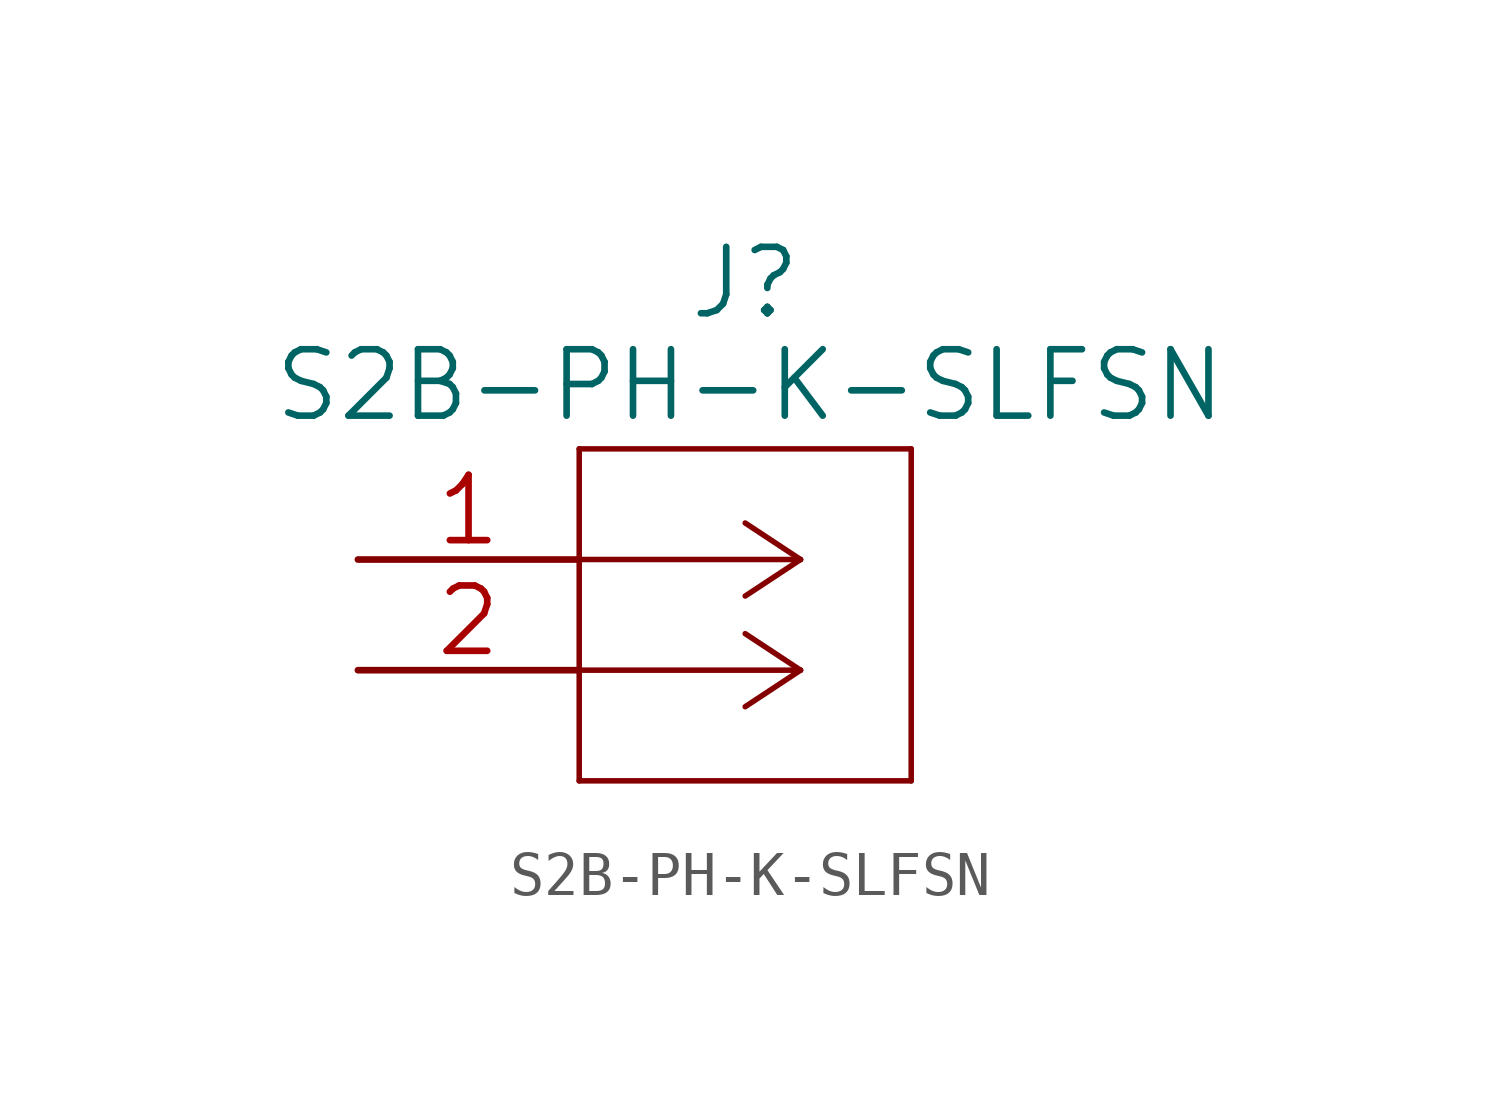
<source format=kicad_sym>
(kicad_symbol_lib
  (version 20211014)
  (generator kicad_symbol_editor)
  (symbol "S2B-PH-K-SLFSN"
    (pin_names
      (offset 0.254) hide)
    (property "Reference" "J"
      (at 8.89 6.35 0)
      (effects (font (size 1.524 1.524))))
    (property "Value" "S2B-PH-K-SLFSN"
      (at 9 4 0)
      (effects (font (size 1.524 1.524))))
    (property "Datasheet" ""
      (at 0 0 0)
      (effects (font (size 1.524 1.524))))
    (property "ki_locked" ""
      (at 0 0 0)
      (effects (font (size 1.27 1.27))))
    (symbol "S2B-PH-K-SLFSN_1_1"
      (polyline (pts (xy 5.08 -5.08) (xy 12.7 -5.08)) (stroke (width 0.127) (type default) (color 0 0 0 0)) (fill (type none)))
      (polyline (pts (xy 5.08 2.54) (xy 5.08 -5.08)) (stroke (width 0.127) (type default) (color 0 0 0 0)) (fill (type none)))
      (polyline (pts (xy 10.16 -2.54) (xy 5.08 -2.54)) (stroke (width 0.127) (type default) (color 0 0 0 0)) (fill (type none)))
      (polyline (pts (xy 10.16 -2.54) (xy 8.89 -3.378)) (stroke (width 0.127) (type default) (color 0 0 0 0)) (fill (type none)))
      (polyline (pts (xy 10.16 -2.54) (xy 8.89 -1.702)) (stroke (width 0.127) (type default) (color 0 0 0 0)) (fill (type none)))
      (polyline (pts (xy 10.16 0) (xy 5.08 0)) (stroke (width 0.127) (type default) (color 0 0 0 0)) (fill (type none)))
      (polyline (pts (xy 10.16 0) (xy 8.89 -0.838)) (stroke (width 0.127) (type default) (color 0 0 0 0)) (fill (type none)))
      (polyline (pts (xy 10.16 0) (xy 8.89 0.838)) (stroke (width 0.127) (type default) (color 0 0 0 0)) (fill (type none)))
      (polyline (pts (xy 12.7 -5.08) (xy 12.7 2.54)) (stroke (width 0.127) (type default) (color 0 0 0 0)) (fill (type none)))
      (polyline (pts (xy 12.7 2.54) (xy 5.08 2.54)) (stroke (width 0.127) (type default) (color 0 0 0 0)) (fill (type none)))
      (pin power_out line (at 0 0 0) (length 5.08) (name "1" (effects (font (size 1.499 1.499)))) (number "1" (effects (font (size 1.499 1.499)))))
      (pin power_in line (at 0 -2.54 0) (length 5.08) (name "2" (effects (font (size 1.499 1.499)))) (number "2" (effects (font (size 1.499 1.499))))))))
</source>
